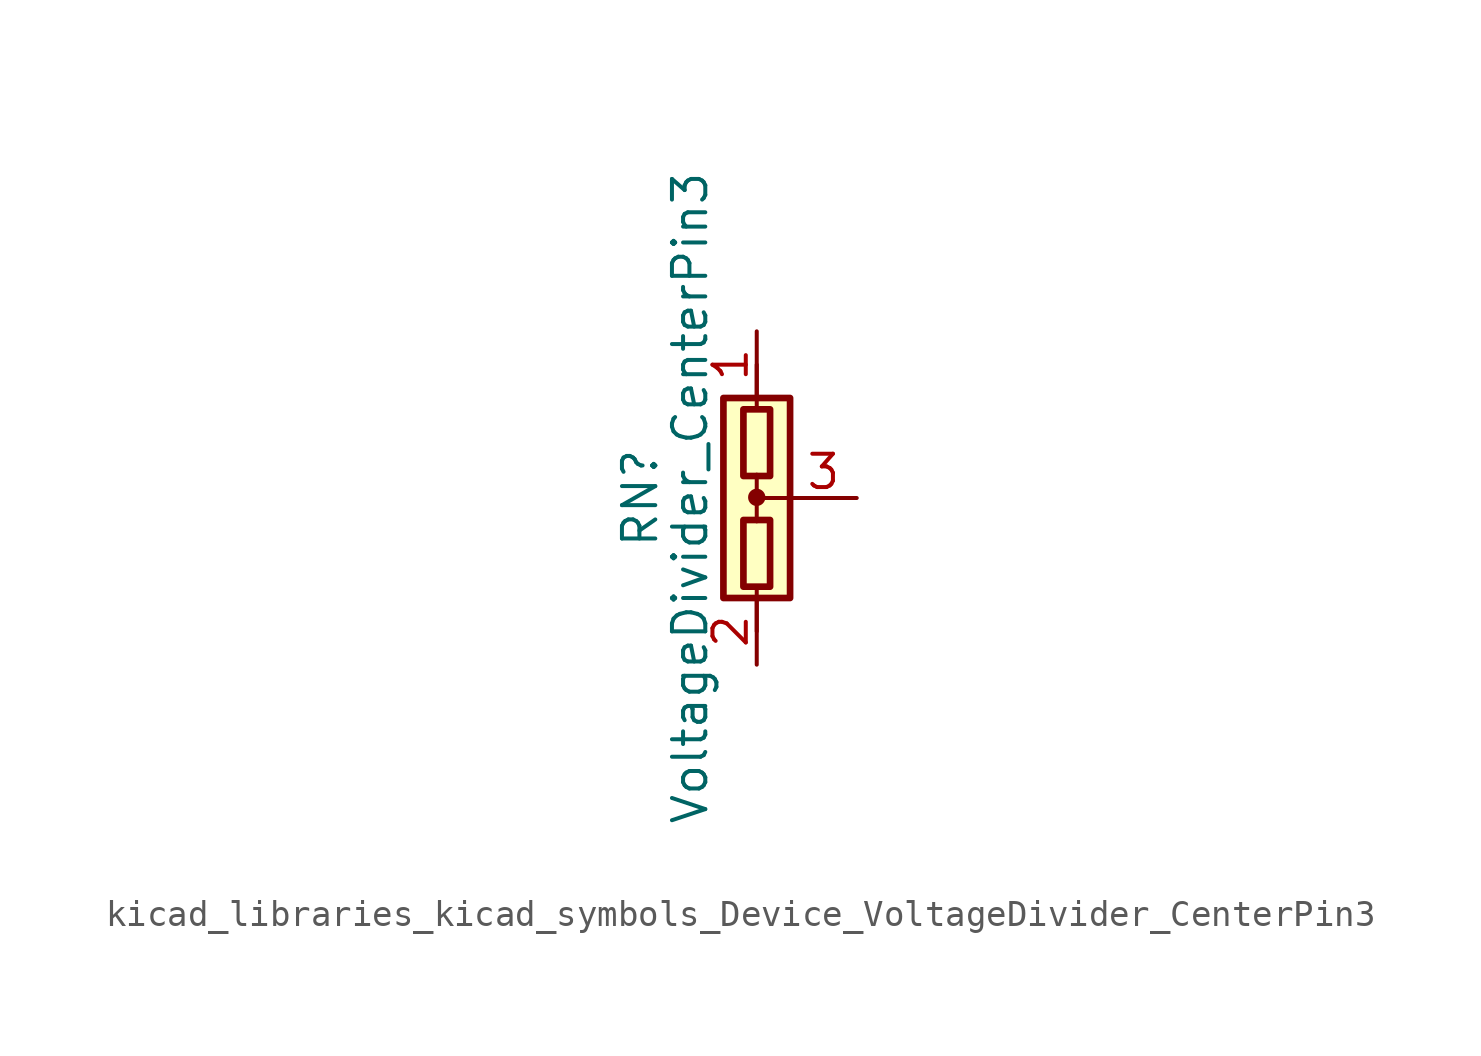
<source format=kicad_sym>
(kicad_symbol_lib
  (version 20220914)
  (generator kicad_symbol_editor)
  (symbol "kicad_libraries_kicad_symbols_Device_VoltageDivider_CenterPin3"
    (pin_names
      (offset 0) hide)
    (property "Reference" "RN"
      (at -4.445 0 90)
      (effects (font (size 1.27 1.27))))
    (property "Value" "VoltageDivider_CenterPin3"
      (at -2.54 0 90)
      (effects (font (size 1.27 1.27))))
    (symbol "kicad_libraries_kicad_symbols_Device_VoltageDivider_CenterPin3_0_1"
      (rectangle (start -1.27 -3.81) (end 1.27 3.81) (stroke (width 0.254) (type default)) (fill (type background)))
      (rectangle (start -0.508 -3.378) (end 0.508 -0.838) (stroke (width 0.254) (type default)) (fill (type none)))
      (rectangle (start -0.508 3.378) (end 0.508 0.838) (stroke (width 0.254) (type default)) (fill (type none)))
      (polyline (pts (xy 0 -5.08) (xy 0 -3.429)) (stroke (width 0) (type default)) (fill (type none)))
      (polyline (pts (xy 0 0.889) (xy 0 -0.889)) (stroke (width 0) (type default)) (fill (type none)))
      (polyline (pts (xy 0 5.08) (xy 0 3.378)) (stroke (width 0) (type default)) (fill (type none)))
      (polyline (pts (xy 1.27 0) (xy 0 0)) (stroke (width 0) (type default)) (fill (type none)))
      (circle (center 0 0.025) (radius 0.254) (stroke (width 0) (type default)) (fill (type outline))))
    (symbol "kicad_libraries_kicad_symbols_Device_VoltageDivider_CenterPin3_1_1"
      (pin passive line (at 0 6.35 270) (length 2.54) (name "~" (effects (font (size 1.27 1.27)))) (number "1" (effects (font (size 1.27 1.27)))))
      (pin passive line (at 0 -6.35 90) (length 2.54) (name "~" (effects (font (size 1.27 1.27)))) (number "2" (effects (font (size 1.27 1.27)))))
      (pin passive line (at 3.81 0 180) (length 2.54) (name "~" (effects (font (size 1.27 1.27)))) (number "3" (effects (font (size 1.27 1.27))))))))
</source>
